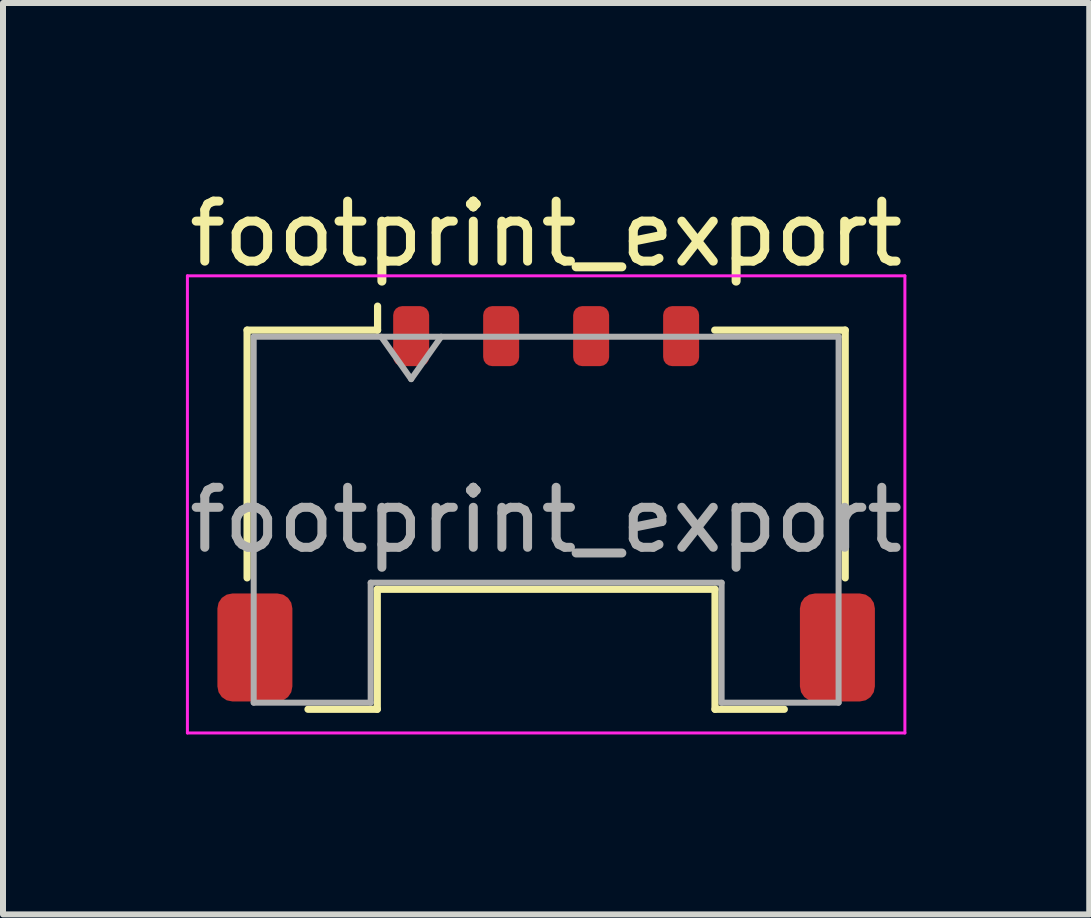
<source format=kicad_pcb>
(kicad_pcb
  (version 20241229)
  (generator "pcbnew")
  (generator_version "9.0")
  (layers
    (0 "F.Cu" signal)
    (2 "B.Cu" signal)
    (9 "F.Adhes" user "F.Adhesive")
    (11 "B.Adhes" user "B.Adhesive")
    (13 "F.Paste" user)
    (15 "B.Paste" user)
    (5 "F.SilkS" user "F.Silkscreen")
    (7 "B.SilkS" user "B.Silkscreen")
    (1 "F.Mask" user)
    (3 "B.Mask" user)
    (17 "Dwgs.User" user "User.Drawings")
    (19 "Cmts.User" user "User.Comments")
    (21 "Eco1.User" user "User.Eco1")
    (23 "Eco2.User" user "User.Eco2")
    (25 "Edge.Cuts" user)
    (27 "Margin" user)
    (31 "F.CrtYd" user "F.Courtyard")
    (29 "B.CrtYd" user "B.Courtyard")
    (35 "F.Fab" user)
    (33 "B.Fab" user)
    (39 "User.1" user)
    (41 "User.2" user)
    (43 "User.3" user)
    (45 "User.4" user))
  (footprint "footprint_export"
    (layer "F.Cu")
    (at 6.054 5.348)
    (property "Reference" "footprint_export" (at 0 -4.5 0) (layer "F.SilkS") (effects (font (size 1 1) (thickness 0.15))))
    (attr smd)
    (fp_line (start -4.985 -2.895) (end -2.81 -2.895) (stroke (width 0.12) (type solid)) (layer "F.SilkS"))
    (fp_line (start -4.985 1.235) (end -4.985 -2.895) (stroke (width 0.12) (type solid)) (layer "F.SilkS"))
    (fp_line (start -3.97 3.425) (end -2.815 3.425) (stroke (width 0.12) (type solid)) (layer "F.SilkS"))
    (fp_line (start -2.815 1.425) (end 2.815 1.425) (stroke (width 0.12) (type solid)) (layer "F.SilkS"))
    (fp_line (start -2.815 3.425) (end -2.815 1.425) (stroke (width 0.12) (type solid)) (layer "F.SilkS"))
    (fp_line (start -2.81 -2.895) (end -2.81 -3.295) (stroke (width 0.12) (type solid)) (layer "F.SilkS"))
    (fp_line (start 2.815 1.425) (end 2.815 3.425) (stroke (width 0.12) (type solid)) (layer "F.SilkS"))
    (fp_line (start 2.815 3.425) (end 3.97 3.425) (stroke (width 0.12) (type solid)) (layer "F.SilkS"))
    (fp_line (start 4.985 -2.895) (end 2.81 -2.895) (stroke (width 0.12) (type solid)) (layer "F.SilkS"))
    (fp_line (start 4.985 1.235) (end 4.985 -2.895) (stroke (width 0.12) (type solid)) (layer "F.SilkS"))
    (fp_line (start -5.98 -3.8) (end -5.98 3.82) (stroke (width 0.05) (type solid)) (layer "F.CrtYd"))
    (fp_line (start -5.98 3.82) (end 5.98 3.82) (stroke (width 0.05) (type solid)) (layer "F.CrtYd"))
    (fp_line (start 5.98 -3.8) (end -5.98 -3.8) (stroke (width 0.05) (type solid)) (layer "F.CrtYd"))
    (fp_line (start 5.98 3.82) (end 5.98 -3.8) (stroke (width 0.05) (type solid)) (layer "F.CrtYd"))
    (fp_line (start -4.875 -2.785) (end -4.875 3.315) (stroke (width 0.1) (type solid)) (layer "F.Fab"))
    (fp_line (start -4.875 -2.785) (end 4.875 -2.785) (stroke (width 0.1) (type solid)) (layer "F.Fab"))
    (fp_line (start -4.875 3.315) (end -2.925 3.315) (stroke (width 0.1) (type solid)) (layer "F.Fab"))
    (fp_line (start -2.925 1.315) (end 2.925 1.315) (stroke (width 0.1) (type solid)) (layer "F.Fab"))
    (fp_line (start -2.925 3.315) (end -2.925 1.315) (stroke (width 0.1) (type solid)) (layer "F.Fab"))
    (fp_line (start -2.75 -2.785) (end -2.25 -2.078) (stroke (width 0.1) (type solid)) (layer "F.Fab"))
    (fp_line (start -2.25 -2.078) (end -1.75 -2.785) (stroke (width 0.1) (type solid)) (layer "F.Fab"))
    (fp_line (start 2.925 1.315) (end 2.925 3.315) (stroke (width 0.1) (type solid)) (layer "F.Fab"))
    (fp_line (start 2.925 3.315) (end 4.875 3.315) (stroke (width 0.1) (type solid)) (layer "F.Fab"))
    (fp_line (start 4.875 -2.785) (end 4.875 3.315) (stroke (width 0.1) (type solid)) (layer "F.Fab"))
    (fp_text user "${REFERENCE}" (at 0 0.27 0) (layer "F.Fab") (effects (font (size 1 1) (thickness 0.15))))
    (pad "1" smd roundrect (at -2.25 -2.795) (size 0.6 1) (layers "F.Cu" "F.Mask" "F.Paste") (roundrect_rratio 0.25))
    (pad "2" smd roundrect (at -0.75 -2.795) (size 0.6 1) (layers "F.Cu" "F.Mask" "F.Paste") (roundrect_rratio 0.25))
    (pad "3" smd roundrect (at 0.75 -2.795) (size 0.6 1) (layers "F.Cu" "F.Mask" "F.Paste") (roundrect_rratio 0.25))
    (pad "4" smd roundrect (at 2.25 -2.795) (size 0.6 1) (layers "F.Cu" "F.Mask" "F.Paste") (roundrect_rratio 0.25))
    (pad "MP" smd roundrect (at -4.855 2.395) (size 1.25 1.8) (layers "F.Cu" "F.Mask" "F.Paste") (roundrect_rratio 0.2))
    (pad "MP" smd roundrect (at 4.855 2.395) (size 1.25 1.8) (layers "F.Cu" "F.Mask" "F.Paste") (roundrect_rratio 0.2)))
  (gr_rect
    (start -3 -3)
    (end 15.107 12.193)
    (stroke (width 0.1) (type default))
    (fill no)
    (layer "Edge.Cuts")))
</source>
